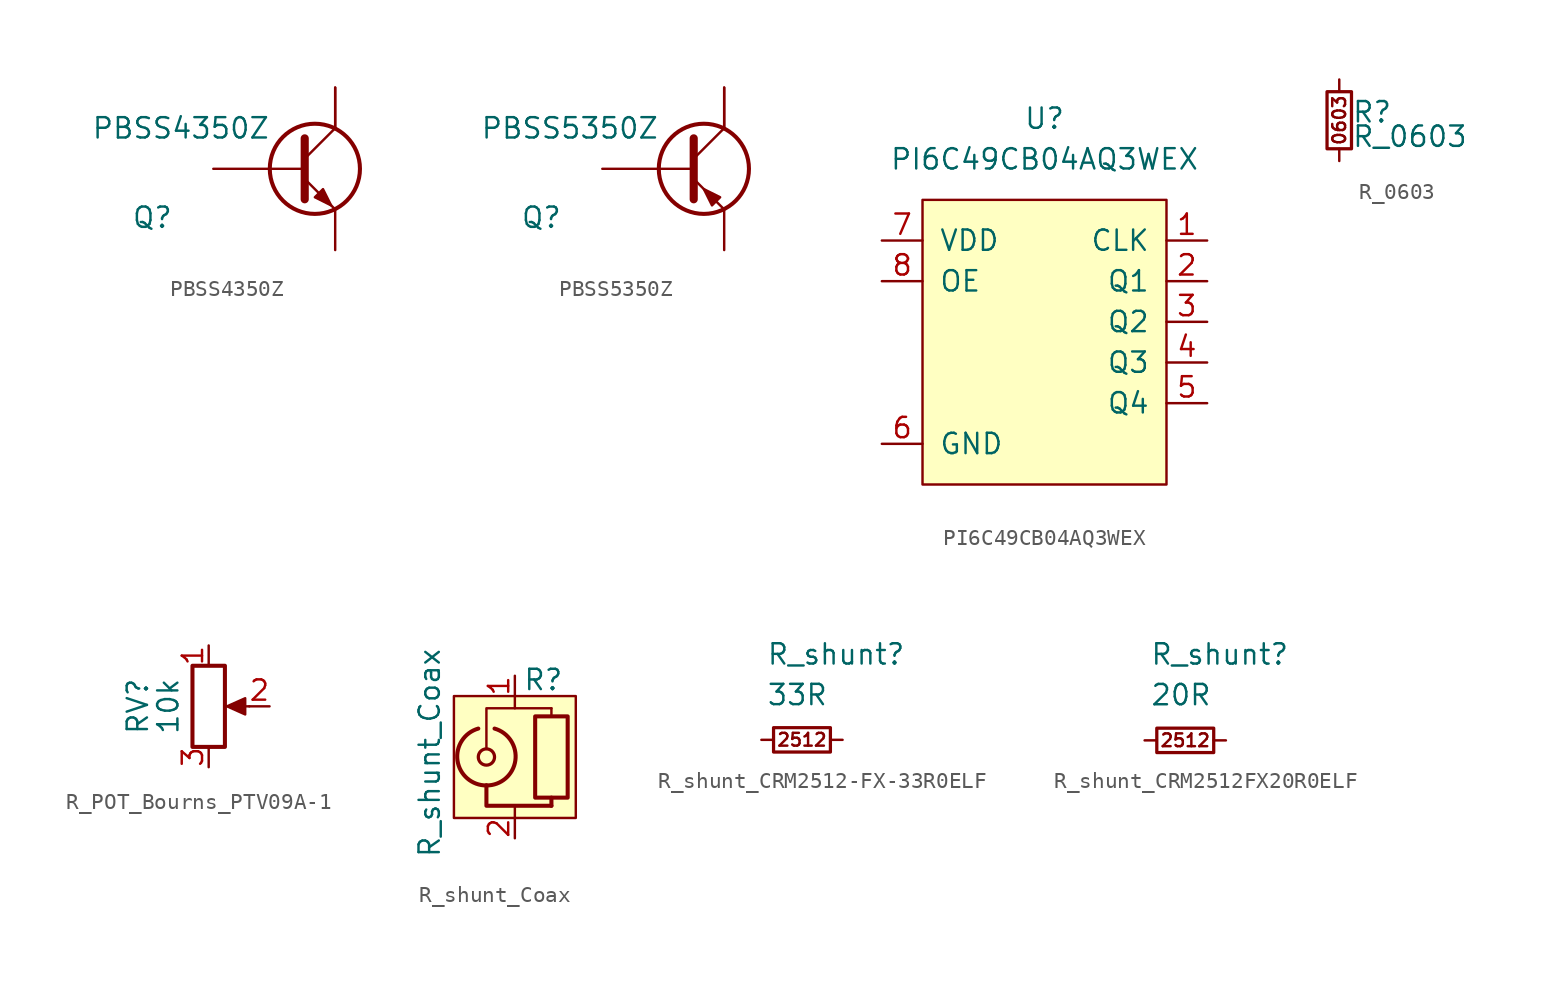
<source format=kicad_sym>
(kicad_symbol_lib
  (version 20220914)
  (generator kicad_symbol_editor)
  (symbol "PBSS4350Z"
    (pin_numbers hide)
    (pin_names
      (offset 0) hide)
    (property "Reference" "Q"
      (at -11.43 -3.048 0)
      (effects (font (size 1.27 1.27))))
    (property "Value" "PBSS4350Z"
      (at -9.652 2.54 0)
      (effects (font (size 1.27 1.27))))
    (symbol "PBSS4350Z_1_1"
      (circle (center -1.27 0) (radius 2.819) (stroke (width 0.254) (type default)) (fill (type none)))
      (polyline (pts (xy -1.905 0.635) (xy 0 2.54)) (stroke (width 0) (type default)) (fill (type none)))
      (polyline (pts (xy -1.905 -0.635) (xy 0 -2.54) (xy 0 -2.54)) (stroke (width 0) (type default)) (fill (type none)))
      (polyline (pts (xy -1.905 1.905) (xy -1.905 -1.905) (xy -1.905 -1.905)) (stroke (width 0.508) (type default)) (fill (type none)))
      (polyline (pts (xy -1.27 -1.778) (xy -0.762 -1.27) (xy -0.254 -2.286) (xy -1.27 -1.778) (xy -1.27 -1.778)) (stroke (width 0) (type default)) (fill (type outline)))
      (pin input line (at -7.62 0 0) (length 5.715) (name "B" (effects (font (size 1.27 1.27)))) (number "1" (effects (font (size 1.27 1.27)))))
      (pin passive line (at 0 5.08 270) (length 2.54) (name "C" (effects (font (size 1.27 1.27)))) (number "2" (effects (font (size 1.27 1.27)))))
      (pin passive line (at 0 -5.08 90) (length 2.54) (name "E" (effects (font (size 1.27 1.27)))) (number "3" (effects (font (size 1.27 1.27)))))
      (pin passive line (at 0 5.08 270) (length 2.54) (name "C" (effects (font (size 1.27 1.27)))) (number "4" (effects (font (size 1.27 1.27)))))))
  (symbol "PBSS5350Z"
    (pin_numbers hide)
    (pin_names
      (offset 0) hide)
    (property "Reference" "Q"
      (at -11.43 -3.048 0)
      (effects (font (size 1.27 1.27))))
    (property "Value" "PBSS5350Z"
      (at -9.652 2.54 0)
      (effects (font (size 1.27 1.27))))
    (symbol "PBSS5350Z_1_1"
      (circle (center -1.27 0) (radius 2.819) (stroke (width 0.254) (type default)) (fill (type none)))
      (polyline (pts (xy -1.905 0.635) (xy 0 2.54)) (stroke (width 0) (type default)) (fill (type none)))
      (polyline (pts (xy -1.905 -0.635) (xy 0 -2.54) (xy 0 -2.54)) (stroke (width 0) (type default)) (fill (type none)))
      (polyline (pts (xy -1.905 1.905) (xy -1.905 -1.905) (xy -1.905 -1.905)) (stroke (width 0.508) (type default)) (fill (type none)))
      (polyline (pts (xy -0.254 -1.778) (xy -0.762 -2.286) (xy -1.27 -1.27) (xy -0.254 -1.778) (xy -0.254 -1.778)) (stroke (width 0) (type default)) (fill (type outline)))
      (pin input line (at -7.62 0 0) (length 5.715) (name "B" (effects (font (size 1.27 1.27)))) (number "1" (effects (font (size 1.27 1.27)))))
      (pin passive line (at 0 5.08 270) (length 2.54) (name "C" (effects (font (size 1.27 1.27)))) (number "2" (effects (font (size 1.27 1.27)))))
      (pin passive line (at 0 -5.08 90) (length 2.54) (name "E" (effects (font (size 1.27 1.27)))) (number "3" (effects (font (size 1.27 1.27)))))
      (pin passive line (at 0 5.08 270) (length 2.54) (name "C" (effects (font (size 1.27 1.27)))) (number "4" (effects (font (size 1.27 1.27)))))))
  (symbol "PI6C49CB04AQ3WEX"
    (pin_names
      (offset 1.016))
    (property "Reference" "U"
      (at 0 12.7 0)
      (effects (font (size 1.27 1.27))))
    (property "Value" "PI6C49CB04AQ3WEX"
      (at 0 10.16 0)
      (effects (font (size 1.27 1.27))))
    (symbol "PI6C49CB04AQ3WEX_0_1"
      (rectangle (start -7.62 7.62) (end 7.62 -10.16) (stroke (width 0) (type default)) (fill (type background))))
    (symbol "PI6C49CB04AQ3WEX_1_1"
      (pin input line (at 10.16 5.08 180) (length 2.54) (name "CLK" (effects (font (size 1.27 1.27)))) (number "1" (effects (font (size 1.27 1.27)))))
      (pin output line (at 10.16 2.54 180) (length 2.54) (name "Q1" (effects (font (size 1.27 1.27)))) (number "2" (effects (font (size 1.27 1.27)))))
      (pin output line (at 10.16 0 180) (length 2.54) (name "Q2" (effects (font (size 1.27 1.27)))) (number "3" (effects (font (size 1.27 1.27)))))
      (pin output line (at 10.16 -2.54 180) (length 2.54) (name "Q3" (effects (font (size 1.27 1.27)))) (number "4" (effects (font (size 1.27 1.27)))))
      (pin output line (at 10.16 -5.08 180) (length 2.54) (name "Q4" (effects (font (size 1.27 1.27)))) (number "5" (effects (font (size 1.27 1.27)))))
      (pin power_in line (at -10.16 -7.62 0) (length 2.54) (name "GND" (effects (font (size 1.27 1.27)))) (number "6" (effects (font (size 1.27 1.27)))))
      (pin power_in line (at -10.16 5.08 0) (length 2.54) (name "VDD" (effects (font (size 1.27 1.27)))) (number "7" (effects (font (size 1.27 1.27)))))
      (pin passive line (at -10.16 2.54 0) (length 2.54) (name "OE" (effects (font (size 1.27 1.27)))) (number "8" (effects (font (size 1.27 1.27)))))))
  (symbol "R_0603"
    (pin_numbers hide)
    (pin_names
      (offset 0.254) hide)
    (property "Reference" "R"
      (at 0.762 0.508 0)
      (effects (font (size 1.27 1.27)) (justify left)))
    (property "Value" "R_0603"
      (at 0.762 -1.016 0)
      (effects (font (size 1.27 1.27)) (justify left)))
    (symbol "R_0603_0_0"
      (text "0603" (at 0 0 900) (effects (font (size 0.8 0.8)))))
    (symbol "R_0603_0_1"
      (rectangle (start -0.762 1.778) (end 0.762 -1.778) (stroke (width 0.203) (type default)) (fill (type none))))
    (symbol "R_0603_1_1"
      (pin passive line (at 0 2.54 270) (length 0.762) (name "~" (effects (font (size 1.27 1.27)))) (number "1" (effects (font (size 1.27 1.27)))))
      (pin passive line (at 0 -2.54 90) (length 0.762) (name "~" (effects (font (size 1.27 1.27)))) (number "2" (effects (font (size 1.27 1.27)))))))
  (symbol "R_POT_Bourns_PTV09A-1"
    (pin_names
      (offset 1.016) hide)
    (property "Reference" "RV"
      (at -4.445 0 90)
      (effects (font (size 1.27 1.27))))
    (property "Value" "10k"
      (at -2.54 0 90)
      (effects (font (size 1.27 1.27))))
    (symbol "R_POT_Bourns_PTV09A-1_0_1"
      (polyline (pts (xy 2.54 0) (xy 1.524 0)) (stroke (width 0) (type default)) (fill (type none)))
      (polyline (pts (xy 1.143 0) (xy 2.286 0.508) (xy 2.286 -0.508) (xy 1.143 0)) (stroke (width 0) (type default)) (fill (type outline)))
      (rectangle (start 1.016 2.54) (end -1.016 -2.54) (stroke (width 0.254) (type default)) (fill (type none))))
    (symbol "R_POT_Bourns_PTV09A-1_1_1"
      (pin passive line (at 0 3.81 270) (length 1.27) (name "1" (effects (font (size 1.27 1.27)))) (number "1" (effects (font (size 1.27 1.27)))))
      (pin passive line (at 3.81 0 180) (length 1.27) (name "2" (effects (font (size 1.27 1.27)))) (number "2" (effects (font (size 1.27 1.27)))))
      (pin passive line (at 0 -3.81 90) (length 1.27) (name "3" (effects (font (size 1.27 1.27)))) (number "3" (effects (font (size 1.27 1.27)))))))
  (symbol "R_shunt_Coax"
    (property "Reference" "R"
      (at 1.778 4.826 0)
      (effects (font (size 1.27 1.27))))
    (property "Value" "R_shunt_Coax"
      (at -5.334 0.254 90)
      (effects (font (size 1.27 1.27))))
    (symbol "R_shunt_Coax_0_0"
      (polyline (pts (xy 2.286 2.54) (xy 2.286 3.048)) (stroke (width 0) (type default)) (fill (type none)))
      (polyline (pts (xy 2.286 -3.048) (xy -1.778 -3.048) (xy -1.778 -1.778)) (stroke (width 0.254) (type default)) (fill (type none)))
      (polyline (pts (xy 2.286 3.048) (xy -1.778 3.048) (xy -1.778 0.508)) (stroke (width 0) (type default)) (fill (type none))))
    (symbol "R_shunt_Coax_0_1"
      (rectangle (start -3.81 3.81) (end 3.81 -3.81) (stroke (width 0) (type default)) (fill (type background)))
      (arc (start -2.286 1.778) (mid -3.586 -0.222) (end -1.778 -1.778) (stroke (width 0.254) (type default)) (fill (type none)))
      (arc (start -1.778 -1.778) (mid 0.0303 -0.222) (end -1.27 1.778) (stroke (width 0.254) (type default)) (fill (type none)))
      (circle (center -1.778 0) (radius 0.508) (stroke (width 0.203) (type default)) (fill (type none)))
      (polyline (pts (xy 0 -3.81) (xy 0 -3.048)) (stroke (width 0) (type default)) (fill (type none)))
      (polyline (pts (xy 0 3.81) (xy 0 3.048)) (stroke (width 0) (type default)) (fill (type none)))
      (polyline (pts (xy 2.286 -2.54) (xy 2.286 -3.048)) (stroke (width 0.254) (type default)) (fill (type none)))
      (rectangle (start 1.27 -2.54) (end 3.302 2.54) (stroke (width 0.254) (type default)) (fill (type none))))
    (symbol "R_shunt_Coax_1_1"
      (pin passive line (at 0 5.08 270) (length 1.27) (name "~" (effects (font (size 1.27 1.27)))) (number "1" (effects (font (size 1.27 1.27)))))
      (pin passive line (at 0 -5.08 90) (length 1.27) (name "~" (effects (font (size 1.27 1.27)))) (number "2" (effects (font (size 1.27 1.27)))))))
  (symbol "R_shunt_CRM2512-FX-33R0ELF"
    (pin_numbers hide)
    (pin_names hide)
    (property "Reference" "R_shunt"
      (at -2.235 6.096 0)
      (effects (font (size 1.27 1.27)) (justify left top)))
    (property "Value" "33R"
      (at -2.235 3.556 0)
      (effects (font (size 1.27 1.27)) (justify left top)))
    (symbol "R_shunt_CRM2512-FX-33R0ELF_0_1"
      (rectangle (start -1.778 0.762) (end 1.778 -0.762) (stroke (width 0.203) (type default)) (fill (type none))))
    (symbol "R_shunt_CRM2512-FX-33R0ELF_1_0"
      (text "2512" (at 0 0 0) (effects (font (size 0.8 0.8)))))
    (symbol "R_shunt_CRM2512-FX-33R0ELF_1_1"
      (pin passive line (at -2.54 0 0) (length 0.762) (name "~" (effects (font (size 1.27 1.27)))) (number "1" (effects (font (size 1.27 1.27)))))
      (pin passive line (at 2.54 0 180) (length 0.762) (name "~" (effects (font (size 1.27 1.27)))) (number "2" (effects (font (size 1.27 1.27)))))))
  (symbol "R_shunt_CRM2512FX20R0ELF"
    (pin_numbers hide)
    (pin_names hide)
    (property "Reference" "R_shunt"
      (at -2.21 6.121 0)
      (effects (font (size 1.27 1.27)) (justify left top)))
    (property "Value" "20R"
      (at -2.21 3.581 0)
      (effects (font (size 1.27 1.27)) (justify left top)))
    (symbol "R_shunt_CRM2512FX20R0ELF_0_1"
      (rectangle (start -1.778 0.762) (end 1.778 -0.762) (stroke (width 0.203) (type default)) (fill (type none))))
    (symbol "R_shunt_CRM2512FX20R0ELF_1_0"
      (text "2512" (at 0 0 0) (effects (font (size 0.8 0.8)))))
    (symbol "R_shunt_CRM2512FX20R0ELF_1_1"
      (pin passive line (at -2.54 0 0) (length 0.762) (name "~" (effects (font (size 1.27 1.27)))) (number "1" (effects (font (size 1.27 1.27)))))
      (pin passive line (at 2.54 0 180) (length 0.762) (name "~" (effects (font (size 1.27 1.27)))) (number "2" (effects (font (size 1.27 1.27))))))))
</source>
